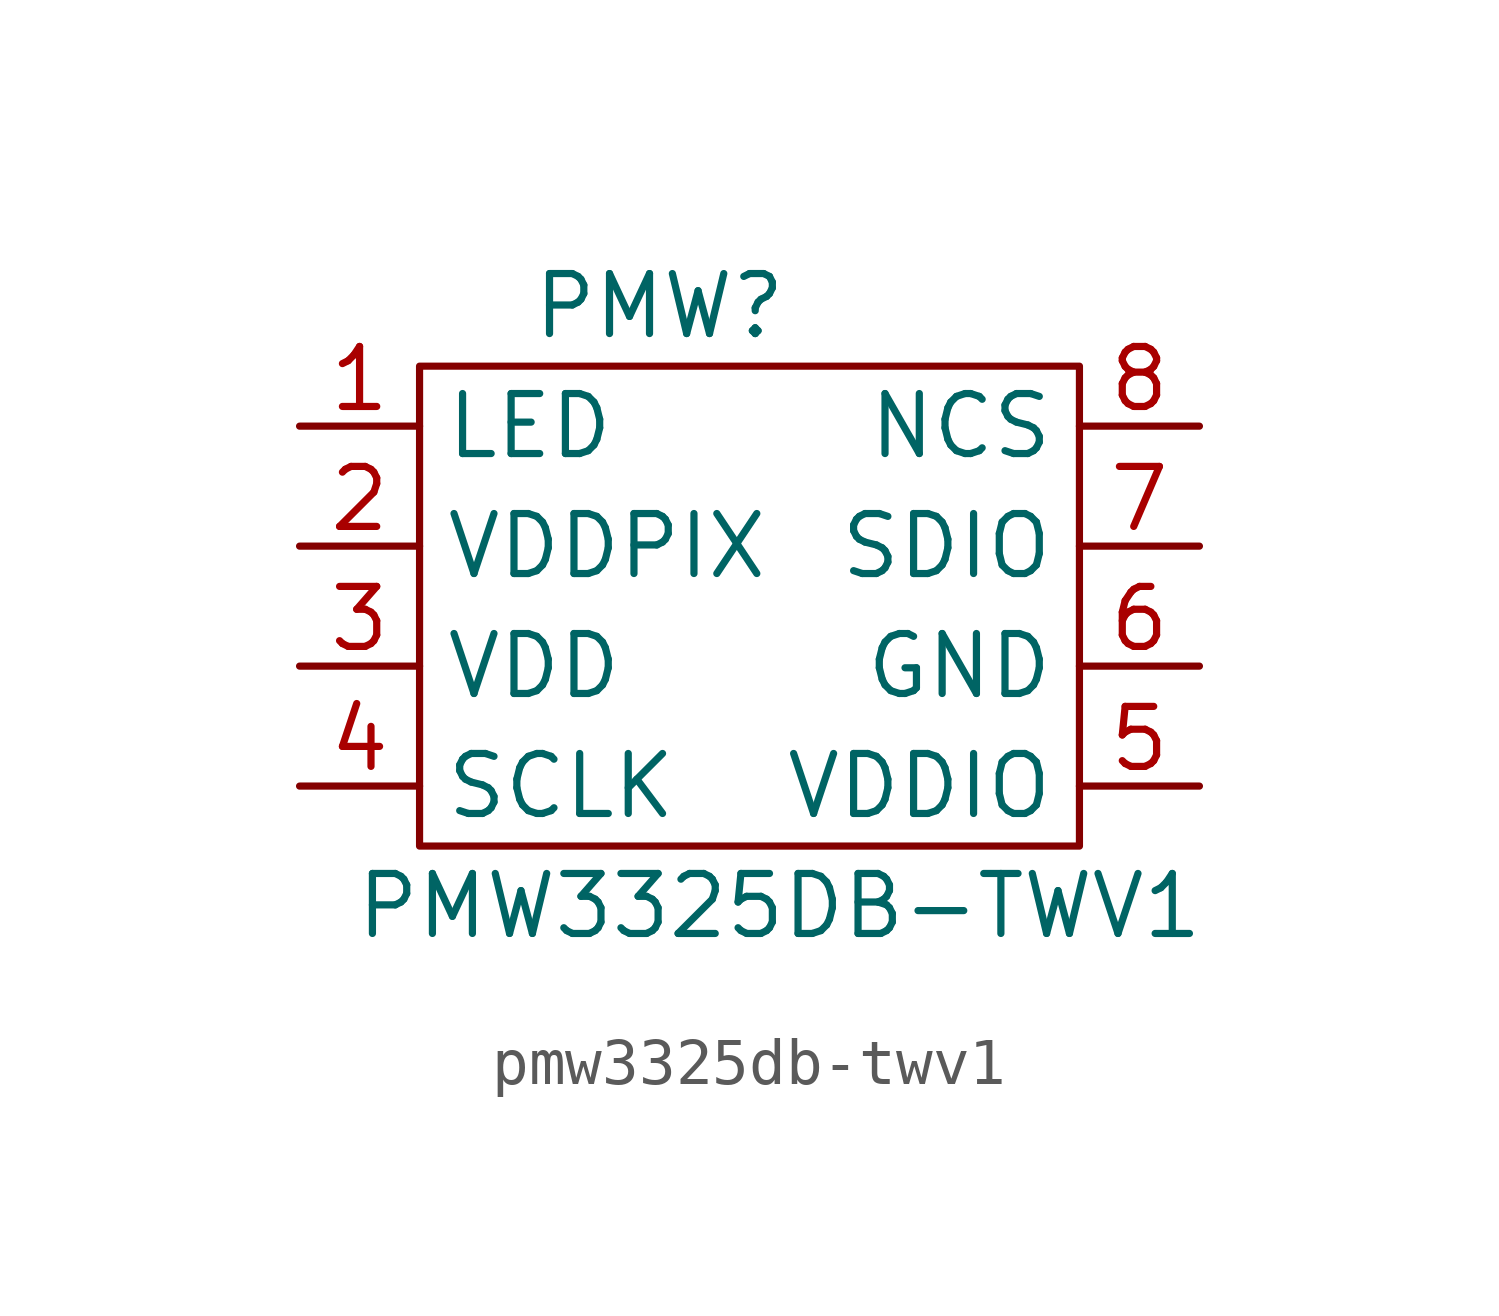
<source format=kicad_sym>
(kicad_symbol_lib
  (version 20231120)
  (generator "kicad_symbol_editor")
  (generator_version "8.0")
  (symbol "pmw3325db-twv1"
    (property "Reference" "PMW"
      (at -2.54 7.62 0)
      (effects (font (size 1.27 1.27))))
    (property "Value" "PMW3325DB-TWV1"
      (at 0 -5.08 0)
      (effects (font (size 1.27 1.27))))
    (symbol "pmw3325db-twv1_0_1"
      (rectangle (start -7.62 6.35) (end 6.35 -3.81) (stroke (width 0) (type default)) (fill (type none))))
    (symbol "pmw3325db-twv1_1_1"
      (pin input line (at -10.16 5.08 0) (length 2.54) (name "LED" (effects (font (size 1.27 1.27)))) (number "1" (effects (font (size 1.27 1.27)))))
      (pin input line (at -10.16 2.54 0) (length 2.54) (name "VDDPIX" (effects (font (size 1.27 1.27)))) (number "2" (effects (font (size 1.27 1.27)))))
      (pin input line (at -10.16 0 0) (length 2.54) (name "VDD" (effects (font (size 1.27 1.27)))) (number "3" (effects (font (size 1.27 1.27)))))
      (pin input line (at -10.16 -2.54 0) (length 2.54) (name "SCLK" (effects (font (size 1.27 1.27)))) (number "4" (effects (font (size 1.27 1.27)))))
      (pin input line (at 8.89 -2.54 180) (length 2.54) (name "VDDIO" (effects (font (size 1.27 1.27)))) (number "5" (effects (font (size 1.27 1.27)))))
      (pin input line (at 8.89 0 180) (length 2.54) (name "GND" (effects (font (size 1.27 1.27)))) (number "6" (effects (font (size 1.27 1.27)))))
      (pin input line (at 8.89 2.54 180) (length 2.54) (name "SDIO" (effects (font (size 1.27 1.27)))) (number "7" (effects (font (size 1.27 1.27)))))
      (pin input line (at 8.89 5.08 180) (length 2.54) (name "NCS" (effects (font (size 1.27 1.27)))) (number "8" (effects (font (size 1.27 1.27))))))))
</source>
